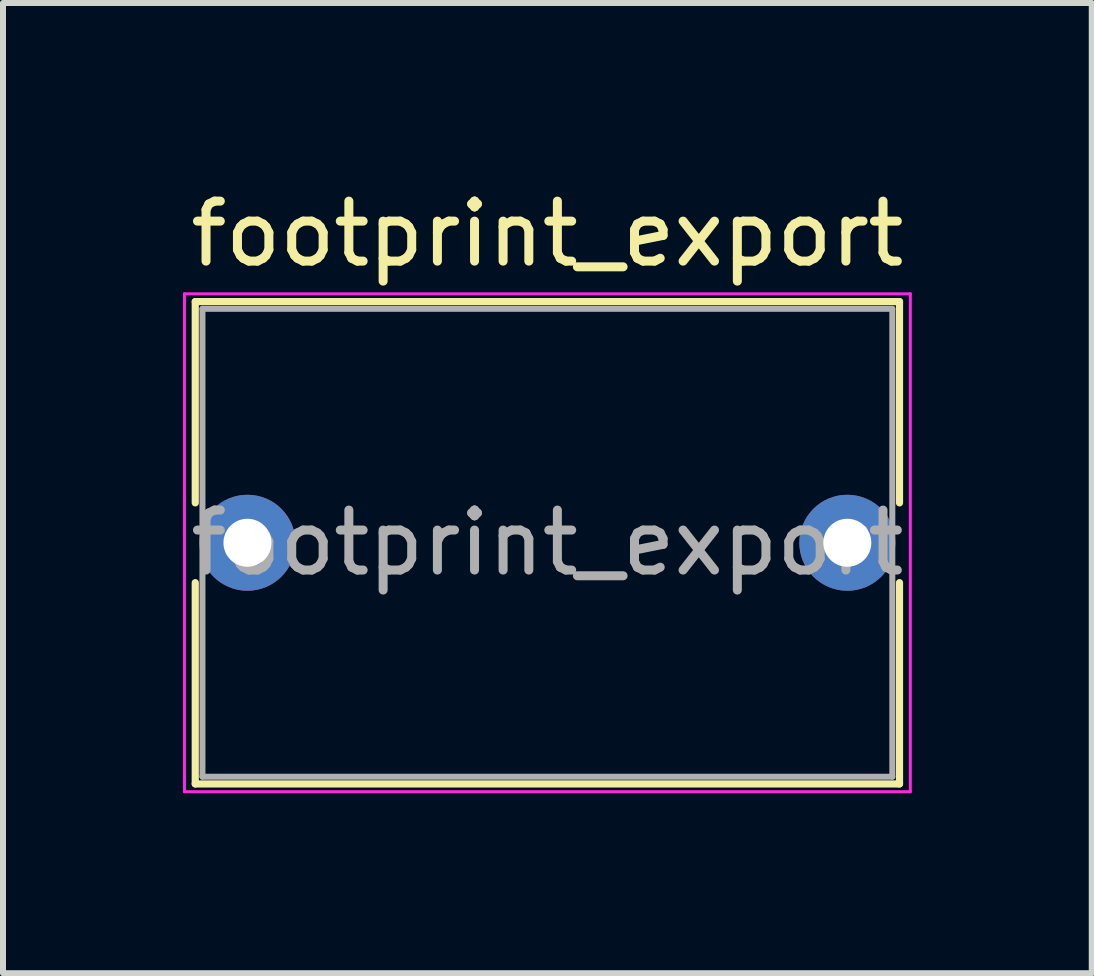
<source format=kicad_pcb>
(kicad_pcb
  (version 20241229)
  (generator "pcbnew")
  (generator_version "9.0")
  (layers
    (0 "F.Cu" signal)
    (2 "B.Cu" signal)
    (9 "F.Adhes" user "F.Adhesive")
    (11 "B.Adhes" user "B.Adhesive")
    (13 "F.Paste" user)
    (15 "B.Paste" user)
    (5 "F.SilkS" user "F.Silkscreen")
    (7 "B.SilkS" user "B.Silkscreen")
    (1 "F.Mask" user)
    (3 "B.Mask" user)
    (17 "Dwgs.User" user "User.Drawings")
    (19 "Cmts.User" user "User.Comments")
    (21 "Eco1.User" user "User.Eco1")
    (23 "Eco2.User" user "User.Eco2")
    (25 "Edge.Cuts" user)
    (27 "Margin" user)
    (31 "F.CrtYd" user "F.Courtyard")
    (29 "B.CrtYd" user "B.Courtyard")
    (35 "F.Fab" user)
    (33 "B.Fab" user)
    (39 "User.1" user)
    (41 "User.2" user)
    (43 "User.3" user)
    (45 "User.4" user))
  (footprint "footprint_export"
    (layer "F.Cu")
    (at 1.075 5.998)
    (property "Reference" "footprint_export" (at 5 -5.15 0) (layer "F.SilkS") (effects (font (size 1 1) (thickness 0.15))))
    (attr through_hole)
    (fp_line (start -0.87 -4.02) (end -0.87 -0.665) (stroke (width 0.12) (type solid)) (layer "F.SilkS"))
    (fp_line (start -0.87 -4.02) (end 10.87 -4.02) (stroke (width 0.12) (type solid)) (layer "F.SilkS"))
    (fp_line (start -0.87 0.665) (end -0.87 4.02) (stroke (width 0.12) (type solid)) (layer "F.SilkS"))
    (fp_line (start -0.87 4.02) (end 10.87 4.02) (stroke (width 0.12) (type solid)) (layer "F.SilkS"))
    (fp_line (start 10.87 -4.02) (end 10.87 -0.665) (stroke (width 0.12) (type solid)) (layer "F.SilkS"))
    (fp_line (start 10.87 0.665) (end 10.87 4.02) (stroke (width 0.12) (type solid)) (layer "F.SilkS"))
    (fp_line (start -1.05 -4.15) (end -1.05 4.15) (stroke (width 0.05) (type solid)) (layer "F.CrtYd"))
    (fp_line (start -1.05 4.15) (end 11.05 4.15) (stroke (width 0.05) (type solid)) (layer "F.CrtYd"))
    (fp_line (start 11.05 -4.15) (end -1.05 -4.15) (stroke (width 0.05) (type solid)) (layer "F.CrtYd"))
    (fp_line (start 11.05 4.15) (end 11.05 -4.15) (stroke (width 0.05) (type solid)) (layer "F.CrtYd"))
    (fp_line (start -0.75 -3.9) (end -0.75 3.9) (stroke (width 0.1) (type solid)) (layer "F.Fab"))
    (fp_line (start -0.75 3.9) (end 10.75 3.9) (stroke (width 0.1) (type solid)) (layer "F.Fab"))
    (fp_line (start 10.75 -3.9) (end -0.75 -3.9) (stroke (width 0.1) (type solid)) (layer "F.Fab"))
    (fp_line (start 10.75 3.9) (end 10.75 -3.9) (stroke (width 0.1) (type solid)) (layer "F.Fab"))
    (fp_text user "${REFERENCE}" (at 5 0 0) (layer "F.Fab") (effects (font (size 1 1) (thickness 0.15))))
    (pad "1" thru_hole circle (at 0 0) (size 1.6 1.6) (drill 0.8) (layers "*.Cu" "*.Mask"))
    (pad "2" thru_hole circle (at 10 0) (size 1.6 1.6) (drill 0.8) (layers "*.Cu" "*.Mask")))
  (gr_rect
    (start -3 -3)
    (end 15.15 13.173)
    (stroke (width 0.1) (type default))
    (fill no)
    (layer "Edge.Cuts")))
</source>
